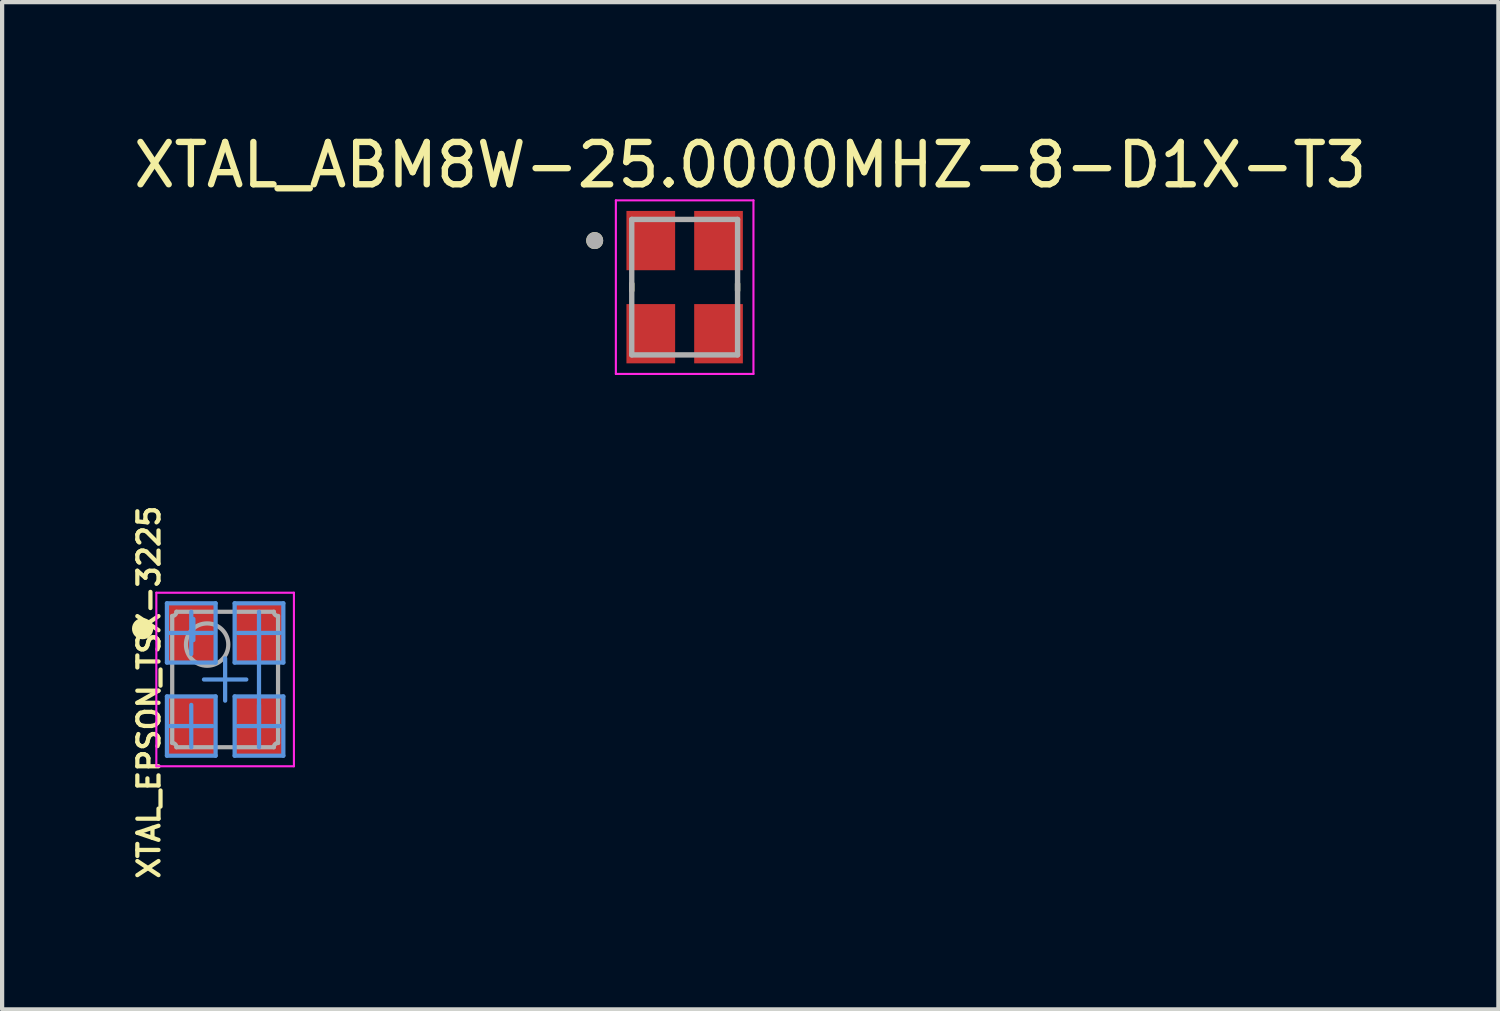
<source format=kicad_pcb>
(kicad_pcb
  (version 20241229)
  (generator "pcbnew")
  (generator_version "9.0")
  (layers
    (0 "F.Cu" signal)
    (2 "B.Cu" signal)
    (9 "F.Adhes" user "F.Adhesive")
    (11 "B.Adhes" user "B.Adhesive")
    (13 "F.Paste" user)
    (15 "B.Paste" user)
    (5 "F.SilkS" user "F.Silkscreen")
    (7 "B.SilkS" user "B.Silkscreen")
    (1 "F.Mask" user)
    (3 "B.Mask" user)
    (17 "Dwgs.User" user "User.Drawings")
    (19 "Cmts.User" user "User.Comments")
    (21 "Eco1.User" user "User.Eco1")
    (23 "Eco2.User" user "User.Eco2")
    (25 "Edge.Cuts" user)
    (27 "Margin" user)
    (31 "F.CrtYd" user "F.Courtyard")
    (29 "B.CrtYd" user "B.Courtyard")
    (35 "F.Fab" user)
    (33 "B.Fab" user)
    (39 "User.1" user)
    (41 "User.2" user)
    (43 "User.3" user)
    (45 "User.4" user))
  (footprint "XTAL_ABM8W-25.0000MHZ-8-D1X-T3"
    (layer "F.Cu")
    (at 13.123 3.733)
    (property "Reference" "XTAL_ABM8W-25.0000MHZ-8-D1X-T3" (at 1.55 -2.885 0) (layer "F.SilkS") (effects (font (size 1 1) (thickness 0.15))))
    (attr smd)
    (fp_line (start -1.25 -0.08) (end -1.25 0.08) (stroke (width 0.127) (type solid)) (layer "F.SilkS"))
    (fp_line (start 1.25 -0.08) (end 1.25 0.08) (stroke (width 0.127) (type solid)) (layer "F.SilkS"))
    (fp_circle (center -2.125 -1.1) (end -2.025 -1.1) (stroke (width 0.2) (type solid)) (fill no) (layer "F.SilkS"))
    (fp_line (start -1.625 -2.05) (end -1.625 2.05) (stroke (width 0.05) (type solid)) (layer "F.CrtYd"))
    (fp_line (start -1.625 -2.05) (end 1.625 -2.05) (stroke (width 0.05) (type solid)) (layer "F.CrtYd"))
    (fp_line (start 1.625 -2.05) (end 1.625 2.05) (stroke (width 0.05) (type solid)) (layer "F.CrtYd"))
    (fp_line (start 1.625 2.05) (end -1.625 2.05) (stroke (width 0.05) (type solid)) (layer "F.CrtYd"))
    (fp_line (start -1.25 -1.6) (end -1.25 1.6) (stroke (width 0.127) (type solid)) (layer "F.Fab"))
    (fp_line (start -1.25 -1.6) (end 1.25 -1.6) (stroke (width 0.127) (type solid)) (layer "F.Fab"))
    (fp_line (start 1.25 -1.6) (end 1.25 1.6) (stroke (width 0.127) (type solid)) (layer "F.Fab"))
    (fp_line (start 1.25 1.6) (end -1.25 1.6) (stroke (width 0.127) (type solid)) (layer "F.Fab"))
    (fp_circle (center -2.125 -1.1) (end -2.025 -1.1) (stroke (width 0.2) (type solid)) (fill no) (layer "F.Fab"))
    (pad "1" smd rect (at -0.8 -1.1) (size 1.15 1.4) (layers "F.Cu" "F.Mask" "F.Paste"))
    (pad "2" smd rect (at -0.8 1.1) (size 1.15 1.4) (layers "F.Cu" "F.Mask" "F.Paste"))
    (pad "3" smd rect (at 0.8 1.1) (size 1.15 1.4) (layers "F.Cu" "F.Mask" "F.Paste"))
    (pad "4" smd rect (at 0.8 -1.1) (size 1.15 1.4) (layers "F.Cu" "F.Mask" "F.Paste")))
  (footprint "XTAL_EPSON_TSX-3225"
    (layer "F.Cu")
    (at 2.268 13.001)
    (property "Reference" "XTAL_EPSON_TSX-3225" (at -1.8 0.3 90) (layer "F.SilkS") (effects (font (size 0.5 0.5) (thickness 0.1))))
    (attr smd dnp)
    (fp_circle (center -1.95 -1.2) (end -1.825 -1.2) (stroke (width 0.25) (type solid)) (fill no) (layer "F.SilkS"))
    (fp_line (start -1.375 -1.8) (end -0.225 -1.8) (stroke (width 0.1) (type solid)) (layer "Cmts.User"))
    (fp_line (start -1.375 -0.4) (end -1.375 -1.8) (stroke (width 0.1) (type solid)) (layer "Cmts.User"))
    (fp_line (start -1.375 -0.4) (end -0.225 -0.4) (stroke (width 0.1) (type solid)) (layer "Cmts.User"))
    (fp_line (start -1.375 0.4) (end -0.225 0.4) (stroke (width 0.1) (type solid)) (layer "Cmts.User"))
    (fp_line (start -1.375 1.8) (end -1.375 0.4) (stroke (width 0.1) (type solid)) (layer "Cmts.User"))
    (fp_line (start -1.375 1.8) (end -0.225 1.8) (stroke (width 0.1) (type solid)) (layer "Cmts.User"))
    (fp_line (start -1.3 -1.1) (end -0.8 -1.1) (stroke (width 0.1) (type solid)) (layer "Cmts.User"))
    (fp_line (start -1.3 1.1) (end -0.8 1.1) (stroke (width 0.1) (type solid)) (layer "Cmts.User"))
    (fp_line (start -0.8 -1.1) (end -0.8 -1.6) (stroke (width 0.1) (type solid)) (layer "Cmts.User"))
    (fp_line (start -0.8 -1.1) (end -0.3 -1.1) (stroke (width 0.1) (type solid)) (layer "Cmts.User"))
    (fp_line (start -0.8 -0.6) (end -0.8 -1.1) (stroke (width 0.1) (type solid)) (layer "Cmts.User"))
    (fp_line (start -0.8 1.1) (end -0.8 0.6) (stroke (width 0.1) (type solid)) (layer "Cmts.User"))
    (fp_line (start -0.8 1.1) (end -0.3 1.1) (stroke (width 0.1) (type solid)) (layer "Cmts.User"))
    (fp_line (start -0.8 1.6) (end -0.8 1.1) (stroke (width 0.1) (type solid)) (layer "Cmts.User"))
    (fp_line (start -0.75 -0.93) (end -0.75 -1.43) (stroke (width 0.1) (type solid)) (layer "Cmts.User"))
    (fp_line (start -0.5 0) (end 0 0) (stroke (width 0.1) (type solid)) (layer "Cmts.User"))
    (fp_line (start -0.225 -0.4) (end -0.225 -1.8) (stroke (width 0.1) (type solid)) (layer "Cmts.User"))
    (fp_line (start -0.225 1.8) (end -0.225 0.4) (stroke (width 0.1) (type solid)) (layer "Cmts.User"))
    (fp_line (start 0 0) (end 0 -0.5) (stroke (width 0.1) (type solid)) (layer "Cmts.User"))
    (fp_line (start 0 0) (end 0.5 0) (stroke (width 0.1) (type solid)) (layer "Cmts.User"))
    (fp_line (start 0 0.5) (end 0 0) (stroke (width 0.1) (type solid)) (layer "Cmts.User"))
    (fp_line (start 0.225 -1.8) (end 1.375 -1.8) (stroke (width 0.1) (type solid)) (layer "Cmts.User"))
    (fp_line (start 0.225 -0.4) (end 0.225 -1.8) (stroke (width 0.1) (type solid)) (layer "Cmts.User"))
    (fp_line (start 0.225 -0.4) (end 1.375 -0.4) (stroke (width 0.1) (type solid)) (layer "Cmts.User"))
    (fp_line (start 0.225 0.4) (end 1.375 0.4) (stroke (width 0.1) (type solid)) (layer "Cmts.User"))
    (fp_line (start 0.225 1.8) (end 0.225 0.4) (stroke (width 0.1) (type solid)) (layer "Cmts.User"))
    (fp_line (start 0.225 1.8) (end 1.375 1.8) (stroke (width 0.1) (type solid)) (layer "Cmts.User"))
    (fp_line (start 0.3 -1.1) (end 0.8 -1.1) (stroke (width 0.1) (type solid)) (layer "Cmts.User"))
    (fp_line (start 0.3 1.1) (end 0.8 1.1) (stroke (width 0.1) (type solid)) (layer "Cmts.User"))
    (fp_line (start 0.8 -1.1) (end 0.8 -1.6) (stroke (width 0.1) (type solid)) (layer "Cmts.User"))
    (fp_line (start 0.8 -1.1) (end 1.3 -1.1) (stroke (width 0.1) (type solid)) (layer "Cmts.User"))
    (fp_line (start 0.8 -0.6) (end 0.8 -1.1) (stroke (width 0.1) (type solid)) (layer "Cmts.User"))
    (fp_line (start 0.8 1.1) (end 0.8 -1.1) (stroke (width 0.1) (type solid)) (layer "Cmts.User"))
    (fp_line (start 0.8 1.1) (end 0.8 0.6) (stroke (width 0.1) (type solid)) (layer "Cmts.User"))
    (fp_line (start 0.8 1.1) (end 1.3 1.1) (stroke (width 0.1) (type solid)) (layer "Cmts.User"))
    (fp_line (start 0.8 1.6) (end 0.8 1.1) (stroke (width 0.1) (type solid)) (layer "Cmts.User"))
    (fp_line (start 1.375 -0.4) (end 1.375 -1.8) (stroke (width 0.1) (type solid)) (layer "Cmts.User"))
    (fp_line (start 1.375 1.8) (end 1.375 0.4) (stroke (width 0.1) (type solid)) (layer "Cmts.User"))
    (fp_line (start -1.625 -2.05) (end 1.625 -2.05) (stroke (width 0.05) (type solid)) (layer "F.CrtYd"))
    (fp_line (start -1.625 2.05) (end -1.625 -2.05) (stroke (width 0.05) (type solid)) (layer "F.CrtYd"))
    (fp_line (start -1.625 2.05) (end 1.625 2.05) (stroke (width 0.05) (type solid)) (layer "F.CrtYd"))
    (fp_line (start 1.625 2.05) (end 1.625 -2.05) (stroke (width 0.05) (type solid)) (layer "F.CrtYd"))
    (fp_line (start -1.25 1.5) (end -1.25 -1.5) (stroke (width 0.1) (type solid)) (layer "F.Fab"))
    (fp_line (start -1.15 -1.6) (end 1.15 -1.6) (stroke (width 0.1) (type solid)) (layer "F.Fab"))
    (fp_line (start -1.15 1.6) (end 1.15 1.6) (stroke (width 0.1) (type solid)) (layer "F.Fab"))
    (fp_line (start 1.25 1.5) (end 1.25 -1.5) (stroke (width 0.1) (type solid)) (layer "F.Fab"))
    (fp_arc (start -1.25 1.5) (mid -1.179289 1.529289) (end -1.15 1.6) (stroke (width 0.1) (type solid)) (layer "F.Fab"))
    (fp_arc (start -1.15 -1.6) (mid -1.179289 -1.529289) (end -1.25 -1.5) (stroke (width 0.1) (type solid)) (layer "F.Fab"))
    (fp_arc (start 1.15 1.6) (mid 1.179289 1.529289) (end 1.25 1.5) (stroke (width 0.1) (type solid)) (layer "F.Fab"))
    (fp_arc (start 1.25 -1.5) (mid 1.179289 -1.529289) (end 1.15 -1.6) (stroke (width 0.1) (type solid)) (layer "F.Fab"))
    (fp_circle (center -0.425 -0.825) (end 0.075 -0.825) (stroke (width 0.1) (type solid)) (fill no) (layer "F.Fab"))
    (pad "1" smd rect (at -0.8 -1.1) (size 1.15 1.4) (layers "F.Cu" "F.Mask" "F.Paste"))
    (pad "2" smd rect (at -0.8 1.1) (size 1.15 1.4) (layers "F.Cu" "F.Mask" "F.Paste"))
    (pad "3" smd rect (at 0.8 1.1) (size 1.15 1.4) (layers "F.Cu" "F.Mask" "F.Paste"))
    (pad "4" smd rect (at 0.8 -1.1) (size 1.15 1.4) (layers "F.Cu" "F.Mask" "F.Paste")))
  (gr_rect
    (start -3 -3)
    (end 32.345 20.794)
    (stroke (width 0.1) (type default))
    (fill no)
    (layer "Edge.Cuts")))
</source>
